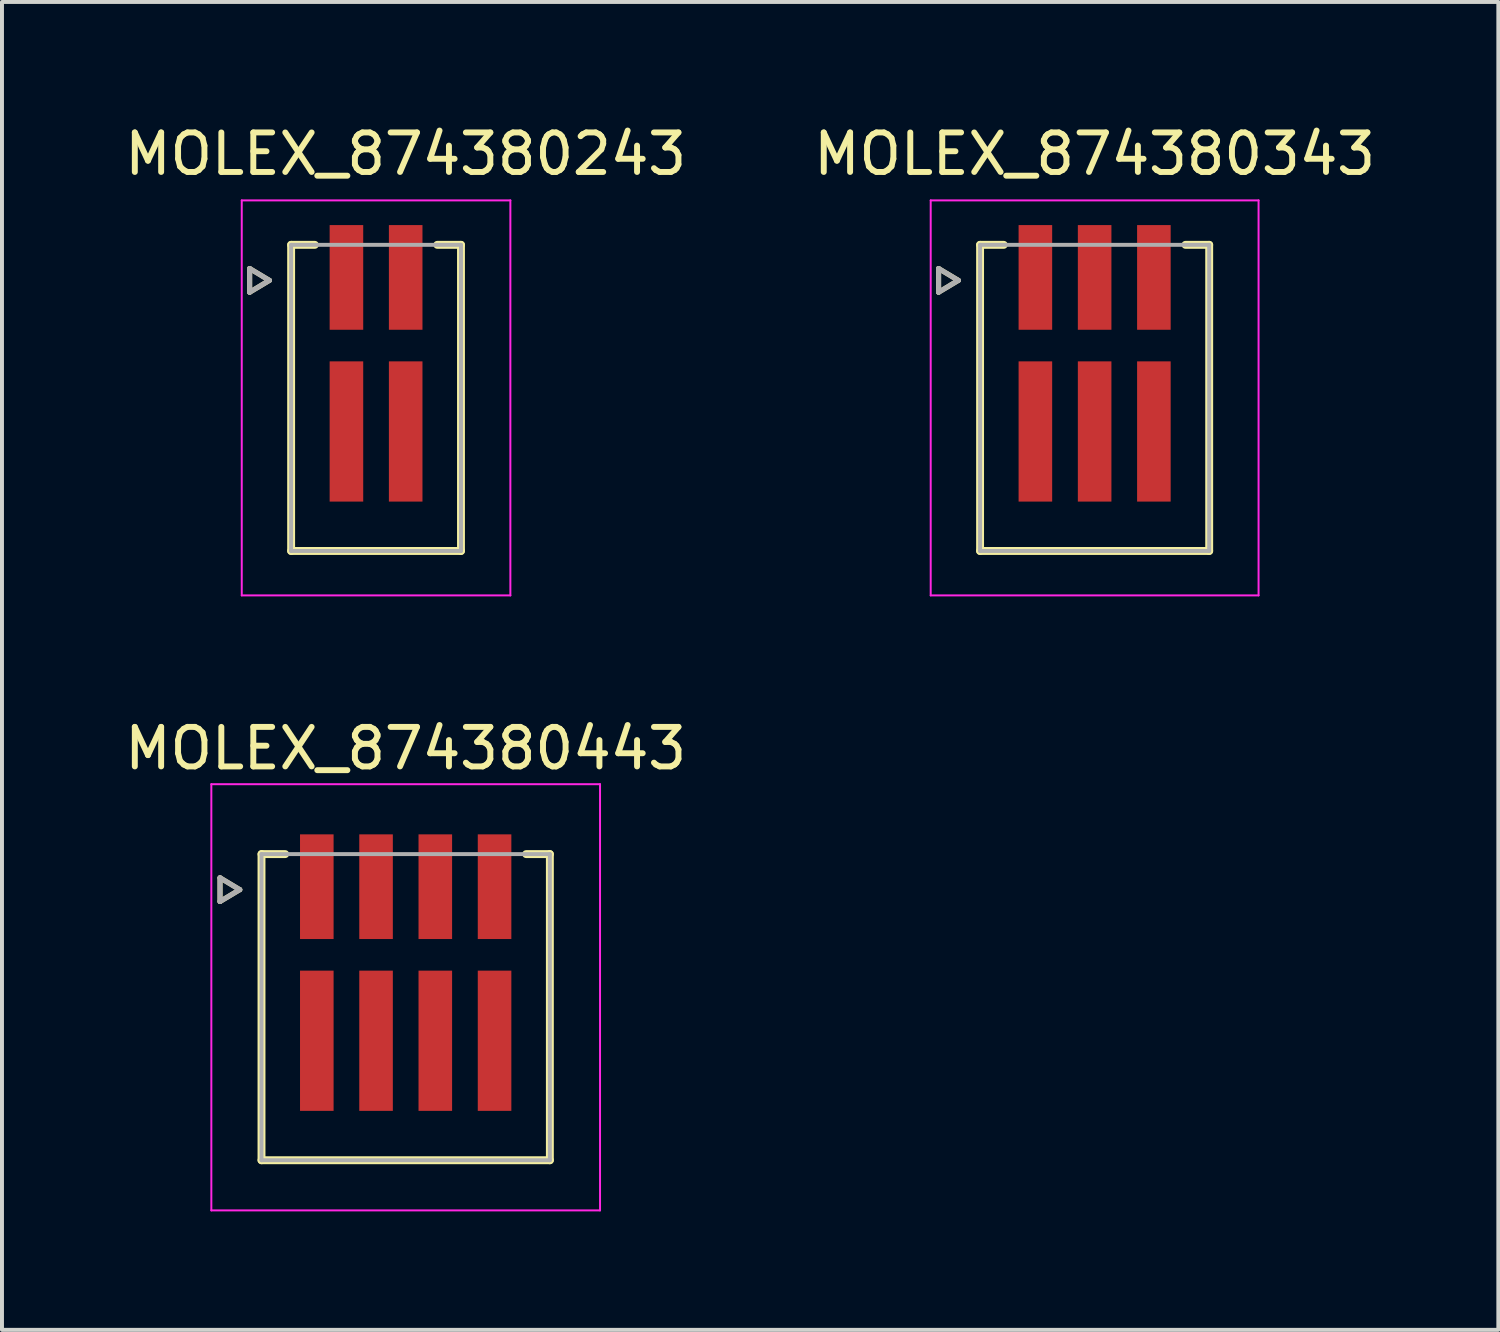
<source format=kicad_pcb>
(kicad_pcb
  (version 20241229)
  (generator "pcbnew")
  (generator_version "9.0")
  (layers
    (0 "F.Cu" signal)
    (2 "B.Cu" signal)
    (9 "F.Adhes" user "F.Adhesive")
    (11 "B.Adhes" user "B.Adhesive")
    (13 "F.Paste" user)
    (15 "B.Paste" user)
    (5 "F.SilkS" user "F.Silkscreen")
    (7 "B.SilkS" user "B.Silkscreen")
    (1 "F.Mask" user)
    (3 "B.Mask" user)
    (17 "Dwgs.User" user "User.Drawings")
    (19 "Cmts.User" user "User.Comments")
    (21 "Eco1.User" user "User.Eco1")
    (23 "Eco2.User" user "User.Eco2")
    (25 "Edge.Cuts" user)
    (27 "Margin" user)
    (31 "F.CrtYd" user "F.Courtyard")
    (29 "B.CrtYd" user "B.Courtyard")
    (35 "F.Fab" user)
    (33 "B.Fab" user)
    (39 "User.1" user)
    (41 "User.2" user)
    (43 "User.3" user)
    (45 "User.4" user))
  (footprint "MOLEX_874380243"
    (layer "F.Cu")
    (at 6.47 7.023)
    (property "Reference" "MOLEX_874380243" (at 0.75 -6.175 0) (layer "F.SilkS") (effects (font (size 1 1) (thickness 0.15))))
    (attr smd)
    (fp_poly (pts (xy -1.251 -4.451) (xy -0.249 -4.451) (xy -0.249 -1.649) (xy -1.251 -1.649)) (stroke (width 0.01) (type solid)) (fill yes) (layer "F.Mask"))
    (fp_poly (pts (xy -1.251 -1.001) (xy -0.249 -1.001) (xy -0.249 2.701) (xy -1.251 2.701)) (stroke (width 0.01) (type solid)) (fill yes) (layer "F.Mask"))
    (fp_poly (pts (xy 0.249 -4.451) (xy 1.251 -4.451) (xy 1.251 -1.649) (xy 0.249 -1.649)) (stroke (width 0.01) (type solid)) (fill yes) (layer "F.Mask"))
    (fp_poly (pts (xy 0.249 -1.001) (xy 1.251 -1.001) (xy 1.251 2.701) (xy 0.249 2.701)) (stroke (width 0.01) (type solid)) (fill yes) (layer "F.Mask"))
    (fp_line (start -3.2 -3.275) (end -3.2 -2.675) (stroke (width 0.127) (type solid)) (layer "F.SilkS"))
    (fp_line (start -3.2 -2.675) (end -2.7 -2.975) (stroke (width 0.127) (type solid)) (layer "F.SilkS"))
    (fp_line (start -2.7 -2.975) (end -3.2 -3.275) (stroke (width 0.127) (type solid)) (layer "F.SilkS"))
    (fp_line (start -2.15 3.875) (end -2.15 -3.875) (stroke (width 0.2) (type solid)) (layer "F.SilkS"))
    (fp_line (start -2.15 3.875) (end 2.15 3.875) (stroke (width 0.2) (type solid)) (layer "F.SilkS"))
    (fp_line (start -1.55 -3.875) (end -2.15 -3.875) (stroke (width 0.2) (type solid)) (layer "F.SilkS"))
    (fp_line (start 2.15 -3.875) (end 1.55 -3.875) (stroke (width 0.2) (type solid)) (layer "F.SilkS"))
    (fp_line (start 2.15 3.875) (end 2.15 -3.875) (stroke (width 0.2) (type solid)) (layer "F.SilkS"))
    (fp_line (start -3.4 -5) (end 3.4 -5) (stroke (width 0.05) (type solid)) (layer "F.CrtYd"))
    (fp_line (start -3.4 5) (end -3.4 -5) (stroke (width 0.05) (type solid)) (layer "F.CrtYd"))
    (fp_line (start 3.4 -5) (end 3.4 5) (stroke (width 0.05) (type solid)) (layer "F.CrtYd"))
    (fp_line (start 3.4 5) (end -3.4 5) (stroke (width 0.05) (type solid)) (layer "F.CrtYd"))
    (fp_line (start -3.2 -3.275) (end -2.7 -2.975) (stroke (width 0.127) (type solid)) (layer "F.Fab"))
    (fp_line (start -3.2 -2.675) (end -3.2 -3.275) (stroke (width 0.127) (type solid)) (layer "F.Fab"))
    (fp_line (start -2.7 -2.975) (end -3.2 -2.675) (stroke (width 0.127) (type solid)) (layer "F.Fab"))
    (fp_line (start -2.15 -3.875) (end 2.15 -3.875) (stroke (width 0.1) (type solid)) (layer "F.Fab"))
    (fp_line (start -2.15 3.875) (end -2.15 -3.875) (stroke (width 0.1) (type solid)) (layer "F.Fab"))
    (fp_line (start 2.15 -3.875) (end 2.15 3.875) (stroke (width 0.1) (type solid)) (layer "F.Fab"))
    (fp_line (start 2.15 3.875) (end -2.15 3.875) (stroke (width 0.1) (type solid)) (layer "F.Fab"))
    (pad "1_1" smd rect (at -0.75 -3.05) (size 0.85 2.65) (layers "F.Cu" "F.Paste"))
    (pad "1_2" smd rect (at -0.75 0.85) (size 0.85 3.55) (layers "F.Cu" "F.Paste"))
    (pad "2_1" smd rect (at 0.75 -3.05) (size 0.85 2.65) (layers "F.Cu" "F.Paste"))
    (pad "2_2" smd rect (at 0.75 0.85) (size 0.85 3.55) (layers "F.Cu" "F.Paste")))
  (footprint "MOLEX_874380343"
    (layer "F.Cu")
    (at 24.661 7.023)
    (property "Reference" "MOLEX_874380343" (at 0 -6.175 0) (layer "F.SilkS") (effects (font (size 1 1) (thickness 0.15))))
    (attr smd)
    (fp_poly (pts (xy -2.001 -4.451) (xy -0.999 -4.451) (xy -0.999 -1.649) (xy -2.001 -1.649)) (stroke (width 0.01) (type solid)) (fill yes) (layer "F.Mask"))
    (fp_poly (pts (xy -2.001 -1.001) (xy -0.999 -1.001) (xy -0.999 2.701) (xy -2.001 2.701)) (stroke (width 0.01) (type solid)) (fill yes) (layer "F.Mask"))
    (fp_poly (pts (xy -0.501 -4.451) (xy 0.501 -4.451) (xy 0.501 -1.649) (xy -0.501 -1.649)) (stroke (width 0.01) (type solid)) (fill yes) (layer "F.Mask"))
    (fp_poly (pts (xy -0.501 -1.001) (xy 0.501 -1.001) (xy 0.501 2.701) (xy -0.501 2.701)) (stroke (width 0.01) (type solid)) (fill yes) (layer "F.Mask"))
    (fp_poly (pts (xy 0.999 -4.451) (xy 2.001 -4.451) (xy 2.001 -1.649) (xy 0.999 -1.649)) (stroke (width 0.01) (type solid)) (fill yes) (layer "F.Mask"))
    (fp_poly (pts (xy 0.999 -1.001) (xy 2.001 -1.001) (xy 2.001 2.701) (xy 0.999 2.701)) (stroke (width 0.01) (type solid)) (fill yes) (layer "F.Mask"))
    (fp_line (start -3.95 -3.275) (end -3.95 -2.675) (stroke (width 0.127) (type solid)) (layer "F.SilkS"))
    (fp_line (start -3.95 -2.675) (end -3.45 -2.975) (stroke (width 0.127) (type solid)) (layer "F.SilkS"))
    (fp_line (start -3.45 -2.975) (end -3.95 -3.275) (stroke (width 0.127) (type solid)) (layer "F.SilkS"))
    (fp_line (start -2.9 3.875) (end -2.9 -3.875) (stroke (width 0.2) (type solid)) (layer "F.SilkS"))
    (fp_line (start -2.9 3.875) (end 2.9 3.875) (stroke (width 0.2) (type solid)) (layer "F.SilkS"))
    (fp_line (start -2.3 -3.875) (end -2.9 -3.875) (stroke (width 0.2) (type solid)) (layer "F.SilkS"))
    (fp_line (start 2.9 -3.875) (end 2.3 -3.875) (stroke (width 0.2) (type solid)) (layer "F.SilkS"))
    (fp_line (start 2.9 3.875) (end 2.9 -3.875) (stroke (width 0.2) (type solid)) (layer "F.SilkS"))
    (fp_line (start -4.15 -5) (end 4.15 -5) (stroke (width 0.05) (type solid)) (layer "F.CrtYd"))
    (fp_line (start -4.15 5) (end -4.15 -5) (stroke (width 0.05) (type solid)) (layer "F.CrtYd"))
    (fp_line (start 4.15 -5) (end 4.15 5) (stroke (width 0.05) (type solid)) (layer "F.CrtYd"))
    (fp_line (start 4.15 5) (end -4.15 5) (stroke (width 0.05) (type solid)) (layer "F.CrtYd"))
    (fp_line (start -3.95 -3.275) (end -3.45 -2.975) (stroke (width 0.127) (type solid)) (layer "F.Fab"))
    (fp_line (start -3.95 -2.675) (end -3.95 -3.275) (stroke (width 0.127) (type solid)) (layer "F.Fab"))
    (fp_line (start -3.45 -2.975) (end -3.95 -2.675) (stroke (width 0.127) (type solid)) (layer "F.Fab"))
    (fp_line (start -2.9 -3.875) (end 2.9 -3.875) (stroke (width 0.1) (type solid)) (layer "F.Fab"))
    (fp_line (start -2.9 3.875) (end -2.9 -3.875) (stroke (width 0.1) (type solid)) (layer "F.Fab"))
    (fp_line (start 2.9 -3.875) (end 2.9 3.875) (stroke (width 0.1) (type solid)) (layer "F.Fab"))
    (fp_line (start 2.9 3.875) (end -2.9 3.875) (stroke (width 0.1) (type solid)) (layer "F.Fab"))
    (pad "1_1" smd rect (at -1.5 -3.05) (size 0.85 2.65) (layers "F.Cu" "F.Paste"))
    (pad "1_2" smd rect (at -1.5 0.85) (size 0.85 3.55) (layers "F.Cu" "F.Paste"))
    (pad "2_1" smd rect (at 0 -3.05) (size 0.85 2.65) (layers "F.Cu" "F.Paste"))
    (pad "2_2" smd rect (at 0 0.85) (size 0.85 3.55) (layers "F.Cu" "F.Paste"))
    (pad "3_1" smd rect (at 1.5 -3.05) (size 0.85 2.65) (layers "F.Cu" "F.Paste"))
    (pad "3_2" smd rect (at 1.5 0.85) (size 0.85 3.55) (layers "F.Cu" "F.Paste"))
    (zone (net_name "") (layer "F.Cu") (hatch full 0.508) (connect_pads) (min_thickness 0.01) (filled_areas_thickness no) (keepout (tracks not_allowed) (vias not_allowed) (pads not_allowed) (copperpour not_allowed) (footprints allowed)) (placement (enabled no)) (fill) (polygon (pts (xy 22.736 5.298) (xy 23.586 5.298) (xy 23.586 6.098) (xy 22.736 6.098))))
    (zone (net_name "") (layer "F.Cu") (hatch full 0.508) (connect_pads) (min_thickness 0.01) (filled_areas_thickness no) (keepout (tracks not_allowed) (vias not_allowed) (pads not_allowed) (copperpour not_allowed) (footprints allowed)) (placement (enabled no)) (fill) (polygon (pts (xy 24.236 5.298) (xy 25.086 5.298) (xy 25.086 6.098) (xy 24.236 6.098))))
    (zone (net_name "") (layer "F.Cu") (hatch full 0.508) (connect_pads) (min_thickness 0.01) (filled_areas_thickness no) (keepout (tracks not_allowed) (vias not_allowed) (pads not_allowed) (copperpour not_allowed) (footprints allowed)) (placement (enabled no)) (fill) (polygon (pts (xy 25.736 5.298) (xy 26.586 5.298) (xy 26.586 6.098) (xy 25.736 6.098)))))
  (footprint "MOLEX_874380443"
    (layer "F.Cu")
    (at 7.22 22.447)
    (property "Reference" "MOLEX_874380443" (at 0 -6.55 0) (layer "F.SilkS") (effects (font (size 1 1) (thickness 0.15))))
    (attr smd)
    (fp_poly (pts (xy -2.751 -4.451) (xy -1.749 -4.451) (xy -1.749 -1.649) (xy -2.751 -1.649)) (stroke (width 0.01) (type solid)) (fill yes) (layer "F.Mask"))
    (fp_poly (pts (xy -2.751 -1.001) (xy -1.749 -1.001) (xy -1.749 2.701) (xy -2.751 2.701)) (stroke (width 0.01) (type solid)) (fill yes) (layer "F.Mask"))
    (fp_poly (pts (xy -1.251 -4.451) (xy -0.249 -4.451) (xy -0.249 -1.649) (xy -1.251 -1.649)) (stroke (width 0.01) (type solid)) (fill yes) (layer "F.Mask"))
    (fp_poly (pts (xy -1.251 -1.001) (xy -0.249 -1.001) (xy -0.249 2.701) (xy -1.251 2.701)) (stroke (width 0.01) (type solid)) (fill yes) (layer "F.Mask"))
    (fp_poly (pts (xy 0.249 -4.451) (xy 1.251 -4.451) (xy 1.251 -1.649) (xy 0.249 -1.649)) (stroke (width 0.01) (type solid)) (fill yes) (layer "F.Mask"))
    (fp_poly (pts (xy 0.249 -1.001) (xy 1.251 -1.001) (xy 1.251 2.701) (xy 0.249 2.701)) (stroke (width 0.01) (type solid)) (fill yes) (layer "F.Mask"))
    (fp_poly (pts (xy 1.749 -4.451) (xy 2.751 -4.451) (xy 2.751 -1.649) (xy 1.749 -1.649)) (stroke (width 0.01) (type solid)) (fill yes) (layer "F.Mask"))
    (fp_poly (pts (xy 1.749 -1.001) (xy 2.751 -1.001) (xy 2.751 2.701) (xy 1.749 2.701)) (stroke (width 0.01) (type solid)) (fill yes) (layer "F.Mask"))
    (fp_line (start -4.7 -3.275) (end -4.7 -2.675) (stroke (width 0.127) (type solid)) (layer "F.SilkS"))
    (fp_line (start -4.7 -2.675) (end -4.2 -2.975) (stroke (width 0.127) (type solid)) (layer "F.SilkS"))
    (fp_line (start -4.2 -2.975) (end -4.7 -3.275) (stroke (width 0.127) (type solid)) (layer "F.SilkS"))
    (fp_line (start -3.65 3.875) (end -3.65 -3.875) (stroke (width 0.2) (type solid)) (layer "F.SilkS"))
    (fp_line (start -3.65 3.875) (end 3.65 3.875) (stroke (width 0.2) (type solid)) (layer "F.SilkS"))
    (fp_line (start -3.05 -3.875) (end -3.65 -3.875) (stroke (width 0.2) (type solid)) (layer "F.SilkS"))
    (fp_line (start 3.65 -3.875) (end 3.05 -3.875) (stroke (width 0.2) (type solid)) (layer "F.SilkS"))
    (fp_line (start 3.65 3.875) (end 3.65 -3.875) (stroke (width 0.2) (type solid)) (layer "F.SilkS"))
    (fp_line (start -4.92 -5.645) (end 4.92 -5.645) (stroke (width 0.05) (type solid)) (layer "F.CrtYd"))
    (fp_line (start -4.92 5.145) (end -4.92 -5.645) (stroke (width 0.05) (type solid)) (layer "F.CrtYd"))
    (fp_line (start 4.92 -5.645) (end 4.92 5.145) (stroke (width 0.05) (type solid)) (layer "F.CrtYd"))
    (fp_line (start 4.92 5.145) (end -4.92 5.145) (stroke (width 0.05) (type solid)) (layer "F.CrtYd"))
    (fp_line (start -4.7 -3.275) (end -4.2 -2.975) (stroke (width 0.127) (type solid)) (layer "F.Fab"))
    (fp_line (start -4.7 -2.675) (end -4.7 -3.275) (stroke (width 0.127) (type solid)) (layer "F.Fab"))
    (fp_line (start -4.2 -2.975) (end -4.7 -2.675) (stroke (width 0.127) (type solid)) (layer "F.Fab"))
    (fp_line (start -3.65 -3.875) (end 3.65 -3.875) (stroke (width 0.1) (type solid)) (layer "F.Fab"))
    (fp_line (start -3.65 3.875) (end -3.65 -3.875) (stroke (width 0.1) (type solid)) (layer "F.Fab"))
    (fp_line (start 3.65 -3.875) (end 3.65 3.875) (stroke (width 0.1) (type solid)) (layer "F.Fab"))
    (fp_line (start 3.65 3.875) (end -3.65 3.875) (stroke (width 0.1) (type solid)) (layer "F.Fab"))
    (pad "1_1" smd rect (at -2.25 -3.05) (size 0.85 2.65) (layers "F.Cu" "F.Paste"))
    (pad "1_2" smd rect (at -2.25 0.85) (size 0.85 3.55) (layers "F.Cu" "F.Paste"))
    (pad "2_1" smd rect (at -0.75 -3.05) (size 0.85 2.65) (layers "F.Cu" "F.Paste"))
    (pad "2_2" smd rect (at -0.75 0.85) (size 0.85 3.55) (layers "F.Cu" "F.Paste"))
    (pad "3_1" smd rect (at 0.75 -3.05) (size 0.85 2.65) (layers "F.Cu" "F.Paste"))
    (pad "3_2" smd rect (at 0.75 0.85) (size 0.85 3.55) (layers "F.Cu" "F.Paste"))
    (pad "4_1" smd rect (at 2.25 -3.05) (size 0.85 2.65) (layers "F.Cu" "F.Paste"))
    (pad "4_2" smd rect (at 2.25 0.85) (size 0.85 3.55) (layers "F.Cu" "F.Paste"))
    (zone (net_name "") (layer "F.Cu") (hatch full 0.508) (connect_pads) (min_thickness 0.01) (filled_areas_thickness no) (keepout (tracks not_allowed) (vias not_allowed) (pads not_allowed) (copperpour not_allowed) (footprints allowed)) (placement (enabled no)) (fill) (polygon (pts (xy 4.545 20.721) (xy 5.395 20.721) (xy 5.395 21.521) (xy 4.545 21.521))))
    (zone (net_name "") (layer "F.Cu") (hatch full 0.508) (connect_pads) (min_thickness 0.01) (filled_areas_thickness no) (keepout (tracks not_allowed) (vias not_allowed) (pads not_allowed) (copperpour not_allowed) (footprints allowed)) (placement (enabled no)) (fill) (polygon (pts (xy 6.045 20.721) (xy 6.895 20.721) (xy 6.895 21.521) (xy 6.045 21.521))))
    (zone (net_name "") (layer "F.Cu") (hatch full 0.508) (connect_pads) (min_thickness 0.01) (filled_areas_thickness no) (keepout (tracks not_allowed) (vias not_allowed) (pads not_allowed) (copperpour not_allowed) (footprints allowed)) (placement (enabled no)) (fill) (polygon (pts (xy 7.545 20.721) (xy 8.395 20.721) (xy 8.395 21.521) (xy 7.545 21.521))))
    (zone (net_name "") (layer "F.Cu") (hatch full 0.508) (connect_pads) (min_thickness 0.01) (filled_areas_thickness no) (keepout (tracks not_allowed) (vias not_allowed) (pads not_allowed) (copperpour not_allowed) (footprints allowed)) (placement (enabled no)) (fill) (polygon (pts (xy 9.045 20.721) (xy 9.895 20.721) (xy 9.895 21.521) (xy 9.045 21.521)))))
  (gr_rect
    (start -3 -3)
    (end 34.881 30.616)
    (stroke (width 0.1) (type default))
    (fill no)
    (layer "Edge.Cuts")))
</source>
